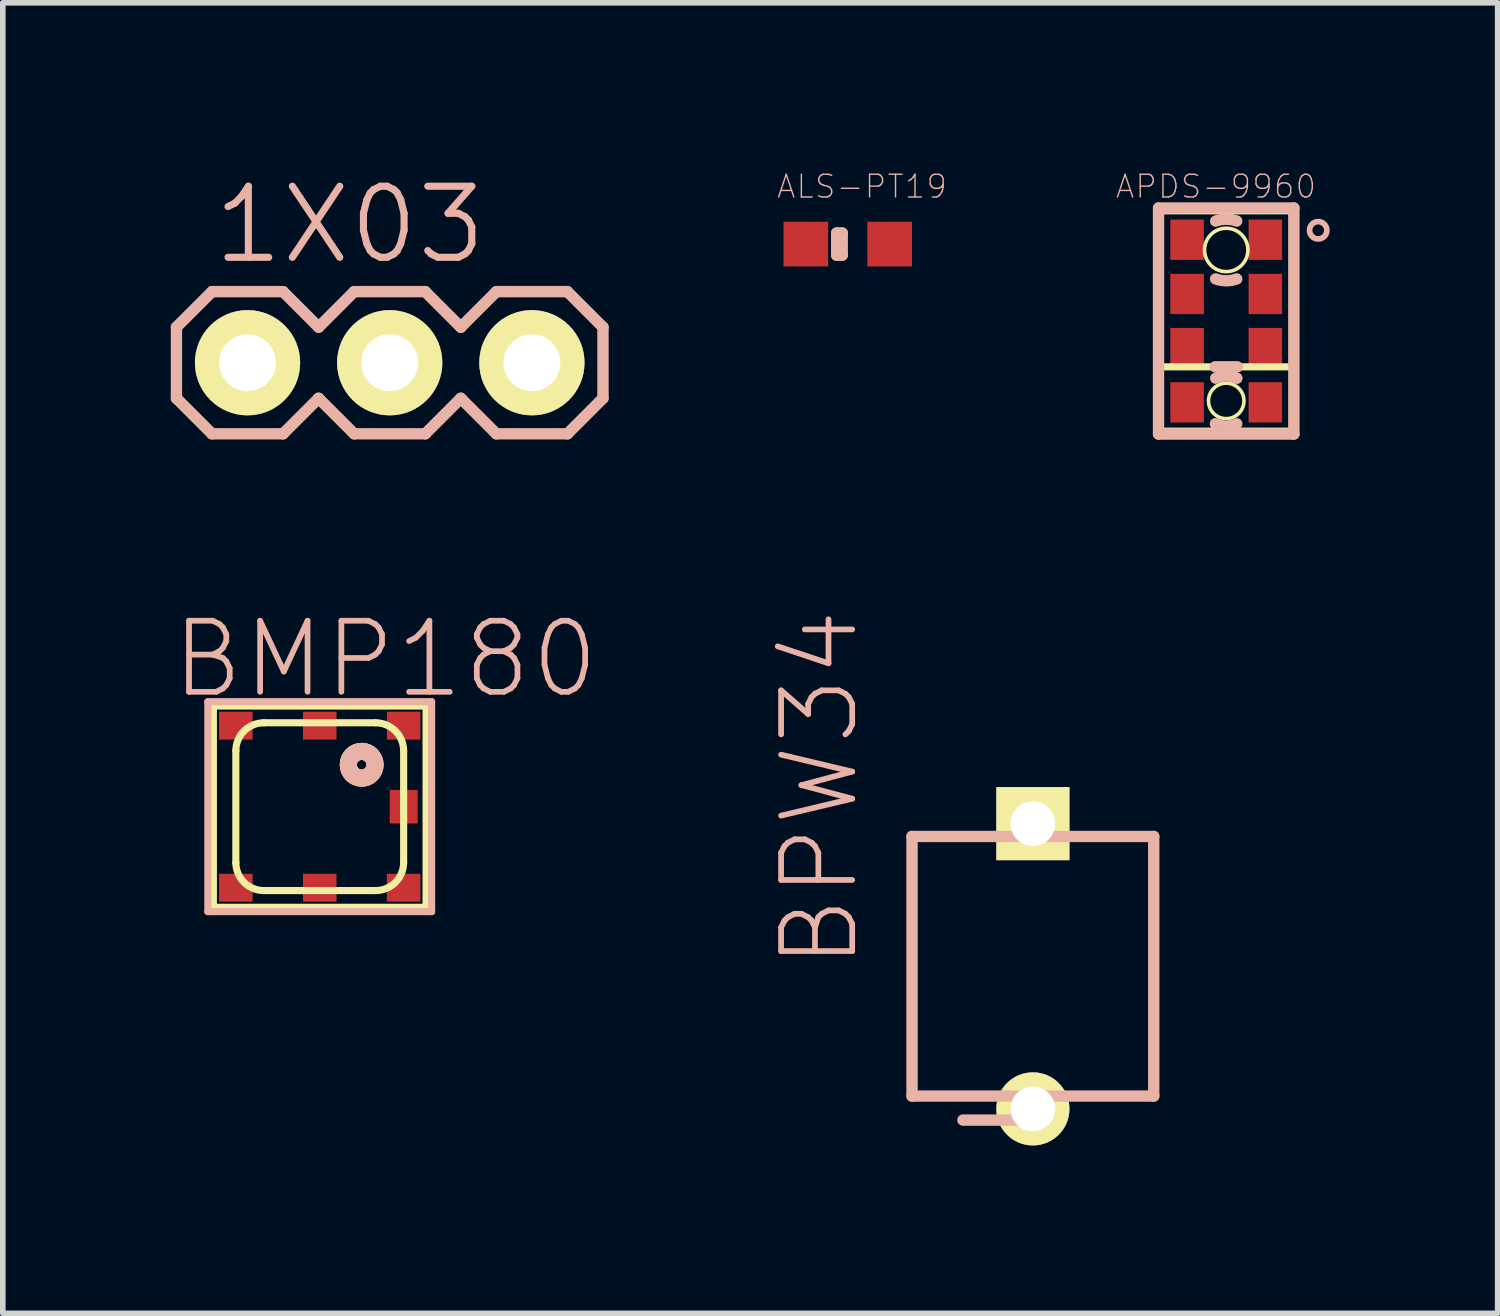
<source format=kicad_pcb>
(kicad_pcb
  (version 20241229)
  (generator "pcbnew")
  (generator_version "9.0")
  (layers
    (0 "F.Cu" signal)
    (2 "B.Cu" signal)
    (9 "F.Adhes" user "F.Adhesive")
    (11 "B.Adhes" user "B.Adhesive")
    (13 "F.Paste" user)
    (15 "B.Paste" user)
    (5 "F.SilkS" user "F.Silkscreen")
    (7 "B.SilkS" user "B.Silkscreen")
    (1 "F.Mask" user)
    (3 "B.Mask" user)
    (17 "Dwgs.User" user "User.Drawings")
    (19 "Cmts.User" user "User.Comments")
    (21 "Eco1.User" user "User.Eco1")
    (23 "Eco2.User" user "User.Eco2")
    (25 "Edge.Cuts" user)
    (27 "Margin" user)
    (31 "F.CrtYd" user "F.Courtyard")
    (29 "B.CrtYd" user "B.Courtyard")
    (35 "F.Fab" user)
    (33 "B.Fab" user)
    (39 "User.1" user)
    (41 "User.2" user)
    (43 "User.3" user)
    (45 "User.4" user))
  (footprint "ALS-PT19"
    (layer "F.Cu")
    (at 12.095 1.311)
    (property "Reference" "ALS-PT19" (at 0.254 -1.029 0) (layer "B.SilkS") (effects (font (size 0.406 0.406) (thickness 0.025))))
    (attr smd)
    (fp_line (start -0.198 -0.198) (end -0.198 0.198) (stroke (width 0.203) (type solid)) (layer "B.SilkS"))
    (fp_line (start -0.099 -0.198) (end -0.198 -0.198) (stroke (width 0.203) (type solid)) (layer "B.SilkS"))
    (fp_line (start -0.099 -0.198) (end -0.099 0.198) (stroke (width 0.203) (type solid)) (layer "B.SilkS"))
    (fp_line (start -0.099 0.198) (end -0.198 0.198) (stroke (width 0.203) (type solid)) (layer "B.SilkS"))
    (pad "C" smd rect (at -0.749 0) (size 0.798 0.798) (layers "F.Cu" "F.Mask" "F.Paste"))
    (pad "E" smd rect (at 0.749 0) (size 0.798 0.798) (layers "F.Cu" "F.Mask" "F.Paste")))
  (footprint "1X03"
    (layer "F.Cu")
    (at 1.372 3.43)
    (property "Reference" "1X03" (at 1.829 -2.464 0) (layer "B.SilkS") (effects (font (size 1.27 1.27) (thickness 0.127))))
    (attr exclude_from_pos_files exclude_from_bom)
    (fp_line (start -0.254 -0.254) (end 0.254 -0.254) (stroke (width 0.066) (type solid)) (layer "F.SilkS"))
    (fp_line (start -0.254 0.254) (end -0.254 -0.254) (stroke (width 0.066) (type solid)) (layer "F.SilkS"))
    (fp_line (start -0.254 0.254) (end 0.254 0.254) (stroke (width 0.066) (type solid)) (layer "F.SilkS"))
    (fp_line (start 0.254 0.254) (end 0.254 -0.254) (stroke (width 0.066) (type solid)) (layer "F.SilkS"))
    (fp_line (start 2.286 -0.254) (end 2.794 -0.254) (stroke (width 0.066) (type solid)) (layer "F.SilkS"))
    (fp_line (start 2.286 0.254) (end 2.286 -0.254) (stroke (width 0.066) (type solid)) (layer "F.SilkS"))
    (fp_line (start 2.286 0.254) (end 2.794 0.254) (stroke (width 0.066) (type solid)) (layer "F.SilkS"))
    (fp_line (start 2.794 0.254) (end 2.794 -0.254) (stroke (width 0.066) (type solid)) (layer "F.SilkS"))
    (fp_line (start 4.826 -0.254) (end 5.334 -0.254) (stroke (width 0.066) (type solid)) (layer "F.SilkS"))
    (fp_line (start 4.826 0.254) (end 4.826 -0.254) (stroke (width 0.066) (type solid)) (layer "F.SilkS"))
    (fp_line (start 4.826 0.254) (end 5.334 0.254) (stroke (width 0.066) (type solid)) (layer "F.SilkS"))
    (fp_line (start 5.334 0.254) (end 5.334 -0.254) (stroke (width 0.066) (type solid)) (layer "F.SilkS"))
    (fp_line (start -1.27 -0.635) (end -1.27 0.635) (stroke (width 0.203) (type solid)) (layer "B.SilkS"))
    (fp_line (start -1.27 0.635) (end -0.635 1.27) (stroke (width 0.203) (type solid)) (layer "B.SilkS"))
    (fp_line (start -0.635 -1.27) (end -1.27 -0.635) (stroke (width 0.203) (type solid)) (layer "B.SilkS"))
    (fp_line (start -0.635 -1.27) (end 0.635 -1.27) (stroke (width 0.203) (type solid)) (layer "B.SilkS"))
    (fp_line (start 0.635 -1.27) (end 1.27 -0.635) (stroke (width 0.203) (type solid)) (layer "B.SilkS"))
    (fp_line (start 0.635 1.27) (end -0.635 1.27) (stroke (width 0.203) (type solid)) (layer "B.SilkS"))
    (fp_line (start 1.27 -0.635) (end 1.905 -1.27) (stroke (width 0.203) (type solid)) (layer "B.SilkS"))
    (fp_line (start 1.27 0.635) (end 0.635 1.27) (stroke (width 0.203) (type solid)) (layer "B.SilkS"))
    (fp_line (start 1.905 -1.27) (end 3.175 -1.27) (stroke (width 0.203) (type solid)) (layer "B.SilkS"))
    (fp_line (start 1.905 1.27) (end 1.27 0.635) (stroke (width 0.203) (type solid)) (layer "B.SilkS"))
    (fp_line (start 3.175 -1.27) (end 3.81 -0.635) (stroke (width 0.203) (type solid)) (layer "B.SilkS"))
    (fp_line (start 3.175 1.27) (end 1.905 1.27) (stroke (width 0.203) (type solid)) (layer "B.SilkS"))
    (fp_line (start 3.81 -0.635) (end 4.445 -1.27) (stroke (width 0.203) (type solid)) (layer "B.SilkS"))
    (fp_line (start 3.81 0.635) (end 3.175 1.27) (stroke (width 0.203) (type solid)) (layer "B.SilkS"))
    (fp_line (start 4.445 -1.27) (end 5.715 -1.27) (stroke (width 0.203) (type solid)) (layer "B.SilkS"))
    (fp_line (start 4.445 1.27) (end 3.81 0.635) (stroke (width 0.203) (type solid)) (layer "B.SilkS"))
    (fp_line (start 5.715 -1.27) (end 6.35 -0.635) (stroke (width 0.203) (type solid)) (layer "B.SilkS"))
    (fp_line (start 5.715 1.27) (end 4.445 1.27) (stroke (width 0.203) (type solid)) (layer "B.SilkS"))
    (fp_line (start 6.35 -0.635) (end 6.35 0.635) (stroke (width 0.203) (type solid)) (layer "B.SilkS"))
    (fp_line (start 6.35 0.635) (end 5.715 1.27) (stroke (width 0.203) (type solid)) (layer "B.SilkS"))
    (pad "1" thru_hole circle (at 0 0) (size 1.88 1.88) (drill 1.016) (layers "*.Cu" "F.Mask" "F.SilkS" "F.Paste"))
    (pad "2" thru_hole circle (at 2.54 0) (size 1.88 1.88) (drill 1.016) (layers "*.Cu" "F.Mask" "F.SilkS" "F.Paste"))
    (pad "3" thru_hole circle (at 5.08 0) (size 1.88 1.88) (drill 1.016) (layers "*.Cu" "F.Mask" "F.SilkS" "F.Paste")))
  (footprint "APDS-9960"
    (layer "F.Cu")
    (at 18.856 2.685)
    (property "Reference" "APDS-9960" (at -0.183 -2.403 0) (layer "B.SilkS") (effects (font (size 0.406 0.406) (thickness 0.025))))
    (attr smd)
    (fp_line (start -1.179 -1.968) (end -1.179 0.818) (stroke (width 0.127) (type solid)) (layer "F.SilkS"))
    (fp_line (start -1.179 -1.968) (end 1.179 -1.968) (stroke (width 0.127) (type solid)) (layer "F.SilkS"))
    (fp_line (start -1.179 0.818) (end -1.179 1.968) (stroke (width 0.127) (type solid)) (layer "F.SilkS"))
    (fp_line (start -1.179 0.818) (end 1.179 0.818) (stroke (width 0.127) (type solid)) (layer "F.SilkS"))
    (fp_line (start -1.179 1.968) (end 1.179 1.968) (stroke (width 0.127) (type solid)) (layer "F.SilkS"))
    (fp_line (start 1.179 -1.968) (end 1.179 0.818) (stroke (width 0.127) (type solid)) (layer "F.SilkS"))
    (fp_line (start 1.179 0.818) (end 1.179 1.968) (stroke (width 0.127) (type solid)) (layer "F.SilkS"))
    (fp_circle (center 0 -1.27) (end -0.274 -1.544) (stroke (width 0.064) (type solid)) (fill no) (layer "F.SilkS"))
    (fp_circle (center 0 1.427) (end -0.224 1.651) (stroke (width 0.064) (type solid)) (fill no) (layer "F.SilkS"))
    (fp_line (start -1.209 -2.019) (end -1.209 2.019) (stroke (width 0.203) (type solid)) (layer "B.SilkS"))
    (fp_line (start -1.209 -2.019) (end 1.209 -2.019) (stroke (width 0.203) (type solid)) (layer "B.SilkS"))
    (fp_line (start -1.209 2.019) (end 1.209 2.019) (stroke (width 0.203) (type solid)) (layer "B.SilkS"))
    (fp_line (start -0.198 0.818) (end 0.198 0.818) (stroke (width 0.203) (type solid)) (layer "B.SilkS"))
    (fp_line (start 1.209 -2.019) (end 1.209 2.019) (stroke (width 0.203) (type solid)) (layer "B.SilkS"))
    (fp_arc (start -0.18796 -1.78562) (mid -0.000272 -1.81881) (end 0.187448 -1.785806) (stroke (width 0.2032) (type solid)) (layer "B.SilkS"))
    (fp_arc (start -0.18796 1.02108) (mid 0.001402 0.979721) (end 0.190502 1.022265) (stroke (width 0.2032) (type solid)) (layer "B.SilkS"))
    (fp_arc (start 0.18796 -0.75184) (mid -0.000596 -0.718803) (end -0.189081 -0.752248) (stroke (width 0.2032) (type solid)) (layer "B.SilkS"))
    (fp_arc (start 0.18796 1.83642) (mid -0.002476 1.877541) (end -0.192448 1.834327) (stroke (width 0.2032) (type solid)) (layer "B.SilkS"))
    (fp_circle (center 1.643 -1.621) (end 1.753 -1.73) (stroke (width 0.102) (type solid)) (fill no) (layer "B.SilkS"))
    (pad "1" smd rect (at 0.699 -1.453) (size 0.599 0.719) (layers "F.Cu" "F.Mask" "F.Paste"))
    (pad "2" smd rect (at 0.699 -0.483) (size 0.599 0.719) (layers "F.Cu" "F.Mask" "F.Paste"))
    (pad "3" smd rect (at 0.699 0.483) (size 0.599 0.719) (layers "F.Cu" "F.Mask" "F.Paste"))
    (pad "4" smd rect (at 0.699 1.453) (size 0.599 0.719) (layers "F.Cu" "F.Mask" "F.Paste"))
    (pad "5" smd rect (at -0.699 1.453) (size 0.599 0.719) (layers "F.Cu" "F.Mask" "F.Paste"))
    (pad "6" smd rect (at -0.699 0.483) (size 0.599 0.719) (layers "F.Cu" "F.Mask" "F.Paste"))
    (pad "7" smd rect (at -0.699 -0.483) (size 0.599 0.719) (layers "F.Cu" "F.Mask" "F.Paste"))
    (pad "8" smd rect (at -0.699 -1.453) (size 0.599 0.719) (layers "F.Cu" "F.Mask" "F.Paste")))
  (footprint "BPW34"
    (layer "F.Cu")
    (at 15.402 14.212)
    (property "Reference" "BPW34" (at -3.81 -3.175 90) (layer "B.SilkS") (effects (font (size 1.27 1.27) (thickness 0.102))))
    (attr exclude_from_pos_files exclude_from_bom)
    (fp_line (start -2.159 -2.319) (end -2.159 2.319) (stroke (width 0.203) (type solid)) (layer "B.SilkS"))
    (fp_line (start -2.159 2.319) (end 2.159 2.319) (stroke (width 0.203) (type solid)) (layer "B.SilkS"))
    (fp_line (start -0.114 2.748) (end -1.25 2.748) (stroke (width 0.203) (type solid)) (layer "B.SilkS"))
    (fp_line (start 2.159 -2.319) (end -2.159 -2.319) (stroke (width 0.203) (type solid)) (layer "B.SilkS"))
    (fp_line (start 2.159 2.319) (end 2.159 -2.319) (stroke (width 0.203) (type solid)) (layer "B.SilkS"))
    (pad "P$1" thru_hole rect (at 0 -2.548) (size 1.306 1.306) (drill 0.798) (layers "*.Cu" "F.Mask" "F.SilkS" "F.Paste"))
    (pad "P$2" thru_hole circle (at 0 2.548) (size 1.306 1.306) (drill 0.798) (layers "*.Cu" "F.Mask" "F.SilkS" "F.Paste")))
  (footprint "BMP180"
    (layer "F.Cu")
    (at 2.662 11.361)
    (property "Reference" "BMP180" (at 1.173 -2.634 0) (layer "B.SilkS") (effects (font (size 1.27 1.27) (thickness 0.102))))
    (attr smd)
    (fp_line (start -1.9 -1.798) (end -1.9 1.798) (stroke (width 0.127) (type solid)) (layer "F.SilkS"))
    (fp_line (start -1.9 1.798) (end 1.9 1.798) (stroke (width 0.127) (type solid)) (layer "F.SilkS"))
    (fp_line (start -1.499 -0.998) (end -1.499 0.998) (stroke (width 0.127) (type solid)) (layer "F.SilkS"))
    (fp_line (start -0.998 1.499) (end 0.998 1.499) (stroke (width 0.127) (type solid)) (layer "F.SilkS"))
    (fp_line (start 0.998 -1.499) (end -0.998 -1.499) (stroke (width 0.127) (type solid)) (layer "F.SilkS"))
    (fp_line (start 1.499 0.998) (end 1.499 -0.998) (stroke (width 0.127) (type solid)) (layer "F.SilkS"))
    (fp_line (start 1.9 -1.798) (end -1.9 -1.798) (stroke (width 0.127) (type solid)) (layer "F.SilkS"))
    (fp_line (start 1.9 1.798) (end 1.9 -1.798) (stroke (width 0.127) (type solid)) (layer "F.SilkS"))
    (fp_arc (start -1.4986 -0.99822) (mid -1.352042 -1.352042) (end -0.99822 -1.4986) (stroke (width 0.127) (type solid)) (layer "F.SilkS"))
    (fp_arc (start -0.99822 1.4986) (mid -1.352042 1.352042) (end -1.4986 0.99822) (stroke (width 0.127) (type solid)) (layer "F.SilkS"))
    (fp_arc (start 0.99822 -1.4986) (mid 1.352042 -1.352042) (end 1.4986 -0.99822) (stroke (width 0.127) (type solid)) (layer "F.SilkS"))
    (fp_arc (start 1.4986 0.99822) (mid 1.352042 1.352042) (end 0.99822 1.4986) (stroke (width 0.127) (type solid)) (layer "F.SilkS"))
    (fp_circle (center 0.749 -0.749) (end 0.81 -0.81) (stroke (width 0.305) (type solid)) (fill no) (layer "F.SilkS"))
    (fp_line (start -1.999 -1.875) (end -1.999 1.875) (stroke (width 0.127) (type solid)) (layer "B.SilkS"))
    (fp_line (start -1.999 1.875) (end 1.999 1.875) (stroke (width 0.127) (type solid)) (layer "B.SilkS"))
    (fp_line (start 1.999 -1.875) (end -1.999 -1.875) (stroke (width 0.127) (type solid)) (layer "B.SilkS"))
    (fp_line (start 1.999 1.875) (end 1.999 -1.875) (stroke (width 0.127) (type solid)) (layer "B.SilkS"))
    (fp_circle (center 0.749 -0.749) (end 0.81 -0.81) (stroke (width 0.305) (type solid)) (fill no) (layer "B.SilkS"))
    (fp_circle (center 0.749 -0.749) (end 0.81 -0.81) (stroke (width 0.305) (type solid)) (fill no) (layer "B.SilkS"))
    (pad "1" smd rect (at 1.499 -1.448 90) (size 0.498 0.599) (layers "F.Cu" "F.Mask" "F.Paste"))
    (pad "2" smd rect (at 0 -1.448 90) (size 0.498 0.599) (layers "F.Cu" "F.Mask" "F.Paste"))
    (pad "3" smd rect (at -1.499 -1.448 90) (size 0.498 0.599) (layers "F.Cu" "F.Mask" "F.Paste"))
    (pad "4" smd rect (at -1.499 1.448 90) (size 0.498 0.599) (layers "F.Cu" "F.Mask" "F.Paste"))
    (pad "5" smd rect (at 0 1.448 90) (size 0.498 0.599) (layers "F.Cu" "F.Mask" "F.Paste"))
    (pad "6" smd rect (at 1.499 1.448 90) (size 0.498 0.599) (layers "F.Cu" "F.Mask" "F.Paste"))
    (pad "7" smd rect (at 1.499 0 180) (size 0.498 0.599) (layers "F.Cu" "F.Mask" "F.Paste")))
  (gr_rect
    (start -3 -3)
    (end 23.705 20.412)
    (stroke (width 0.1) (type default))
    (fill no)
    (layer "Edge.Cuts")))
</source>
